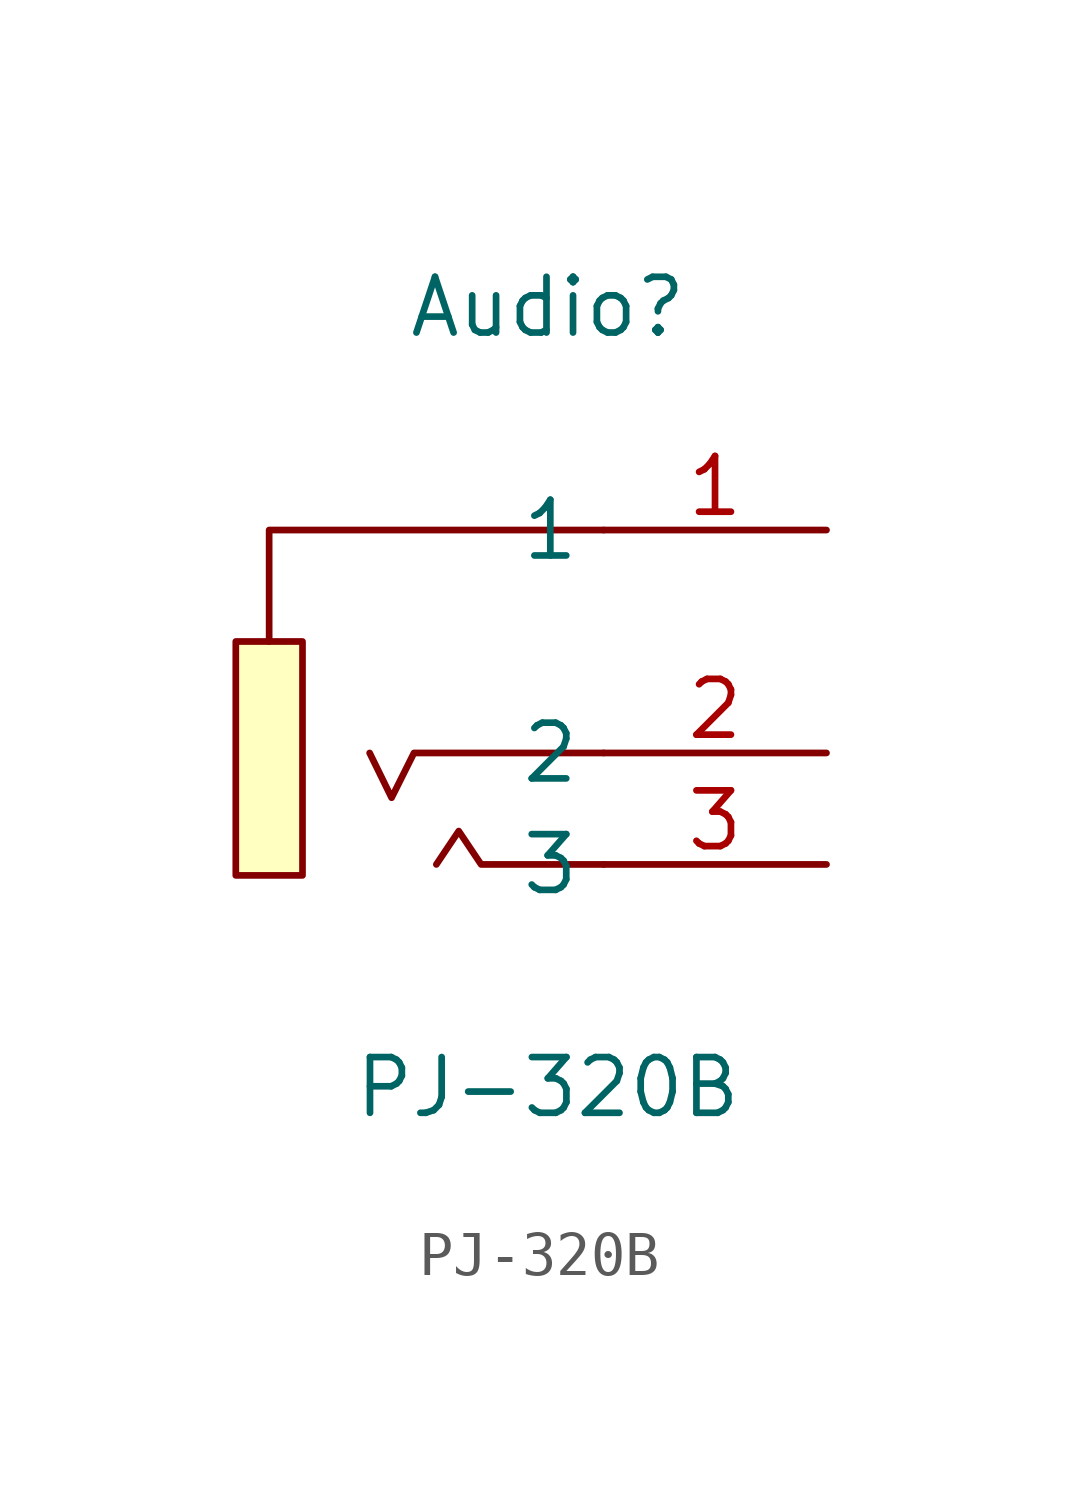
<source format=kicad_sym>
(kicad_symbol_lib
  (version 20231120)
  (generator "kicad_symbol_editor")
  (generator_version "8.99")
  (symbol "PJ-320B"
    (property "Reference" "Audio"
      (at 0 7.62 0)
      (effects (font (size 1.27 1.27))))
    (property "Value" "PJ-320B"
      (at 0 -10.16 0)
      (effects (font (size 1.27 1.27))))
    (symbol "PJ-320B_0_1"
      (rectangle (start -7.11 0) (end -5.59 -5.33) (stroke (width 0) (type default)) (fill (type background)))
      (polyline (pts (xy 1.27 2.54) (xy -6.35 2.54) (xy -6.35 0)) (stroke (width 0) (type default)) (fill (type none)))
      (polyline (pts (xy 1.27 -2.54) (xy -3.05 -2.54) (xy -3.56 -3.56) (xy -4.06 -2.54)) (stroke (width 0) (type default)) (fill (type none)))
      (polyline (pts (xy 1.27 -5.08) (xy -1.52 -5.08) (xy -2.03 -4.32) (xy -2.54 -5.08)) (stroke (width 0) (type default)) (fill (type none)))
      (pin unspecified line (at 6.35 2.54 180) (length 5.08) (name "1" (effects (font (size 1.27 1.27)))) (number "1" (effects (font (size 1.27 1.27)))))
      (pin unspecified line (at 6.35 -2.54 180) (length 5.08) (name "2" (effects (font (size 1.27 1.27)))) (number "2" (effects (font (size 1.27 1.27)))))
      (pin unspecified line (at 6.35 -5.08 180) (length 5.08) (name "3" (effects (font (size 1.27 1.27)))) (number "3" (effects (font (size 1.27 1.27))))))))
</source>
